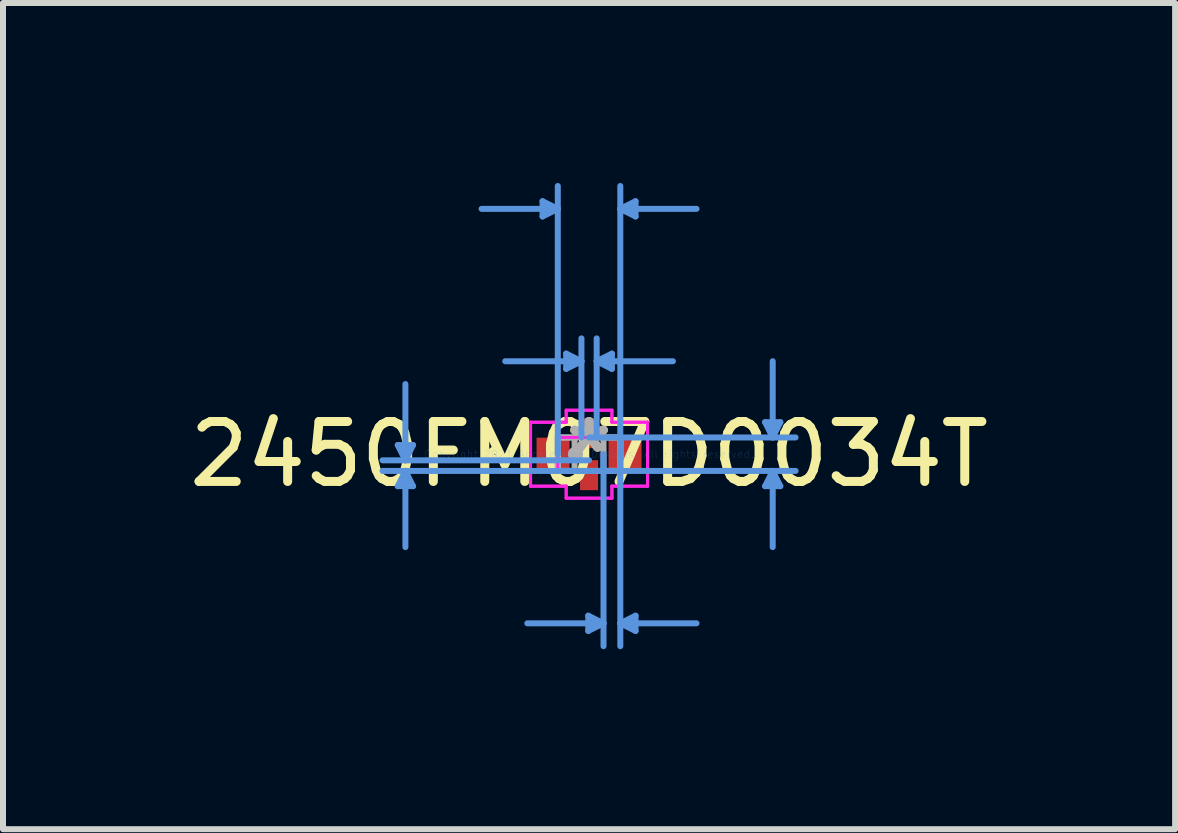
<source format=kicad_pcb>
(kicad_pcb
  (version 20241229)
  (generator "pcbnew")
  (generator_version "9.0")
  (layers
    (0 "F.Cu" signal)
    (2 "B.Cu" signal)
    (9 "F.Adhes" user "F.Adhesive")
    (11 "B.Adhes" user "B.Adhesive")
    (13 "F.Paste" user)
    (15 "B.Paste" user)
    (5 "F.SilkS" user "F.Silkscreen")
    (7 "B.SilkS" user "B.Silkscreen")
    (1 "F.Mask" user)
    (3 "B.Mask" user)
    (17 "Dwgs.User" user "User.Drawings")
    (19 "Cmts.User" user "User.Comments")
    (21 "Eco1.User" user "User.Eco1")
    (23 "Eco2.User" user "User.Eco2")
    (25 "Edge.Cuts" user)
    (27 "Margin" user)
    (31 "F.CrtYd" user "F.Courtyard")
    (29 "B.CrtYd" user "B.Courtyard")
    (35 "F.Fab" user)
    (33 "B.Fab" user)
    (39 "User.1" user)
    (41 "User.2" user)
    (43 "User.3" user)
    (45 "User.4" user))
  (footprint "2450FM07D0034T"
    (layer "F.Cu")
    (at 6.768 4.52)
    (property "Reference" "2450FM07D0034T" (at 0 0 0) (layer "F.SilkS") (effects (font (size 1 1) (thickness 0.15))))
    (attr through_hole)
    (fp_circle (center -1.559 0) (end -1.483 0) (stroke (width 0.12) (type solid)) (fill no) (layer "F.SilkS"))
    (fp_line (start -3.188 -0.152) (end -2.934 -0.152) (stroke (width 0.1) (type solid)) (layer "Cmts.User"))
    (fp_line (start -3.188 0.533) (end -2.934 0.533) (stroke (width 0.1) (type solid)) (layer "Cmts.User"))
    (fp_line (start -3.061 0.102) (end -3.188 -0.152) (stroke (width 0.1) (type solid)) (layer "Cmts.User"))
    (fp_line (start -3.061 0.102) (end -3.061 -1.168) (stroke (width 0.1) (type solid)) (layer "Cmts.User"))
    (fp_line (start -3.061 0.102) (end -2.934 -0.152) (stroke (width 0.1) (type solid)) (layer "Cmts.User"))
    (fp_line (start -3.061 0.279) (end -3.188 0.533) (stroke (width 0.1) (type solid)) (layer "Cmts.User"))
    (fp_line (start -3.061 0.279) (end -3.061 1.549) (stroke (width 0.1) (type solid)) (layer "Cmts.User"))
    (fp_line (start -3.061 0.279) (end -2.934 0.533) (stroke (width 0.1) (type solid)) (layer "Cmts.User"))
    (fp_line (start -0.775 -4.216) (end -0.775 -3.962) (stroke (width 0.1) (type solid)) (layer "Cmts.User"))
    (fp_line (start -0.521 -4.089) (end -1.791 -4.089) (stroke (width 0.1) (type solid)) (layer "Cmts.User"))
    (fp_line (start -0.521 -4.089) (end -0.775 -4.216) (stroke (width 0.1) (type solid)) (layer "Cmts.User"))
    (fp_line (start -0.521 -4.089) (end -0.775 -3.962) (stroke (width 0.1) (type solid)) (layer "Cmts.User"))
    (fp_line (start -0.521 0) (end -0.521 -4.47) (stroke (width 0.1) (type solid)) (layer "Cmts.User"))
    (fp_line (start -0.381 -1.676) (end -0.381 -1.422) (stroke (width 0.1) (type solid)) (layer "Cmts.User"))
    (fp_line (start -0.127 -1.549) (end -1.397 -1.549) (stroke (width 0.1) (type solid)) (layer "Cmts.User"))
    (fp_line (start -0.127 -1.549) (end -0.381 -1.676) (stroke (width 0.1) (type solid)) (layer "Cmts.User"))
    (fp_line (start -0.127 -1.549) (end -0.381 -1.422) (stroke (width 0.1) (type solid)) (layer "Cmts.User"))
    (fp_line (start -0.127 -0.279) (end -0.127 -1.93) (stroke (width 0.1) (type solid)) (layer "Cmts.User"))
    (fp_line (start -0.013 2.692) (end -0.013 2.946) (stroke (width 0.1) (type solid)) (layer "Cmts.User"))
    (fp_line (start 0 -0.279) (end 3.442 -0.279) (stroke (width 0.1) (type solid)) (layer "Cmts.User"))
    (fp_line (start 0 0.102) (end -3.442 0.102) (stroke (width 0.1) (type solid)) (layer "Cmts.User"))
    (fp_line (start 0 0.279) (end -3.442 0.279) (stroke (width 0.1) (type solid)) (layer "Cmts.User"))
    (fp_line (start 0 0.279) (end 3.442 0.279) (stroke (width 0.1) (type solid)) (layer "Cmts.User"))
    (fp_line (start 0.127 -1.549) (end 0.381 -1.676) (stroke (width 0.1) (type solid)) (layer "Cmts.User"))
    (fp_line (start 0.127 -1.549) (end 0.381 -1.422) (stroke (width 0.1) (type solid)) (layer "Cmts.User"))
    (fp_line (start 0.127 -1.549) (end 1.397 -1.549) (stroke (width 0.1) (type solid)) (layer "Cmts.User"))
    (fp_line (start 0.127 -0.279) (end 0.127 -1.93) (stroke (width 0.1) (type solid)) (layer "Cmts.User"))
    (fp_line (start 0.241 0) (end 0.241 3.2) (stroke (width 0.1) (type solid)) (layer "Cmts.User"))
    (fp_line (start 0.241 2.819) (end -1.029 2.819) (stroke (width 0.1) (type solid)) (layer "Cmts.User"))
    (fp_line (start 0.241 2.819) (end -0.013 2.692) (stroke (width 0.1) (type solid)) (layer "Cmts.User"))
    (fp_line (start 0.241 2.819) (end -0.013 2.946) (stroke (width 0.1) (type solid)) (layer "Cmts.User"))
    (fp_line (start 0.381 -1.676) (end 0.381 -1.422) (stroke (width 0.1) (type solid)) (layer "Cmts.User"))
    (fp_line (start 0.521 -4.089) (end 0.775 -4.216) (stroke (width 0.1) (type solid)) (layer "Cmts.User"))
    (fp_line (start 0.521 -4.089) (end 0.775 -3.962) (stroke (width 0.1) (type solid)) (layer "Cmts.User"))
    (fp_line (start 0.521 -4.089) (end 1.791 -4.089) (stroke (width 0.1) (type solid)) (layer "Cmts.User"))
    (fp_line (start 0.521 0) (end 0.521 -4.47) (stroke (width 0.1) (type solid)) (layer "Cmts.User"))
    (fp_line (start 0.521 0) (end 0.521 3.2) (stroke (width 0.1) (type solid)) (layer "Cmts.User"))
    (fp_line (start 0.521 2.819) (end 0.775 2.692) (stroke (width 0.1) (type solid)) (layer "Cmts.User"))
    (fp_line (start 0.521 2.819) (end 0.775 2.946) (stroke (width 0.1) (type solid)) (layer "Cmts.User"))
    (fp_line (start 0.521 2.819) (end 1.791 2.819) (stroke (width 0.1) (type solid)) (layer "Cmts.User"))
    (fp_line (start 0.775 -4.216) (end 0.775 -3.962) (stroke (width 0.1) (type solid)) (layer "Cmts.User"))
    (fp_line (start 0.775 2.692) (end 0.775 2.946) (stroke (width 0.1) (type solid)) (layer "Cmts.User"))
    (fp_line (start 2.934 -0.533) (end 3.188 -0.533) (stroke (width 0.1) (type solid)) (layer "Cmts.User"))
    (fp_line (start 2.934 0.533) (end 3.188 0.533) (stroke (width 0.1) (type solid)) (layer "Cmts.User"))
    (fp_line (start 3.061 -0.279) (end 2.934 -0.533) (stroke (width 0.1) (type solid)) (layer "Cmts.User"))
    (fp_line (start 3.061 -0.279) (end 3.061 -1.549) (stroke (width 0.1) (type solid)) (layer "Cmts.User"))
    (fp_line (start 3.061 -0.279) (end 3.188 -0.533) (stroke (width 0.1) (type solid)) (layer "Cmts.User"))
    (fp_line (start 3.061 0.279) (end 2.934 0.533) (stroke (width 0.1) (type solid)) (layer "Cmts.User"))
    (fp_line (start 3.061 0.279) (end 3.061 1.549) (stroke (width 0.1) (type solid)) (layer "Cmts.User"))
    (fp_line (start 3.061 0.279) (end 3.188 0.533) (stroke (width 0.1) (type solid)) (layer "Cmts.User"))
    (fp_line (start -0.975 -0.533) (end -0.381 -0.533) (stroke (width 0.05) (type solid)) (layer "F.CrtYd"))
    (fp_line (start -0.975 -0.533) (end -0.381 -0.533) (stroke (width 0.05) (type solid)) (layer "F.CrtYd"))
    (fp_line (start -0.975 0.533) (end -0.975 -0.533) (stroke (width 0.05) (type solid)) (layer "F.CrtYd"))
    (fp_line (start -0.975 0.533) (end -0.975 -0.533) (stroke (width 0.05) (type solid)) (layer "F.CrtYd"))
    (fp_line (start -0.975 0.533) (end -0.381 0.533) (stroke (width 0.05) (type solid)) (layer "F.CrtYd"))
    (fp_line (start -0.521 -0.279) (end 0.521 -0.279) (stroke (width 0.05) (type solid)) (layer "F.CrtYd"))
    (fp_line (start -0.521 0.279) (end -0.521 -0.279) (stroke (width 0.05) (type solid)) (layer "F.CrtYd"))
    (fp_line (start -0.381 -0.733) (end 0.381 -0.733) (stroke (width 0.05) (type solid)) (layer "F.CrtYd"))
    (fp_line (start -0.381 -0.733) (end 0.381 -0.733) (stroke (width 0.05) (type solid)) (layer "F.CrtYd"))
    (fp_line (start -0.381 -0.533) (end -0.381 -0.733) (stroke (width 0.05) (type solid)) (layer "F.CrtYd"))
    (fp_line (start -0.381 -0.533) (end -0.381 -0.733) (stroke (width 0.05) (type solid)) (layer "F.CrtYd"))
    (fp_line (start -0.381 0.533) (end -0.975 0.533) (stroke (width 0.05) (type solid)) (layer "F.CrtYd"))
    (fp_line (start -0.381 0.533) (end -0.381 0.733) (stroke (width 0.05) (type solid)) (layer "F.CrtYd"))
    (fp_line (start -0.381 0.733) (end -0.381 0.533) (stroke (width 0.05) (type solid)) (layer "F.CrtYd"))
    (fp_line (start -0.381 0.733) (end 0.381 0.733) (stroke (width 0.05) (type solid)) (layer "F.CrtYd"))
    (fp_line (start 0.381 -0.733) (end 0.381 -0.533) (stroke (width 0.05) (type solid)) (layer "F.CrtYd"))
    (fp_line (start 0.381 -0.533) (end 0.381 -0.733) (stroke (width 0.05) (type solid)) (layer "F.CrtYd"))
    (fp_line (start 0.381 -0.533) (end 0.975 -0.533) (stroke (width 0.05) (type solid)) (layer "F.CrtYd"))
    (fp_line (start 0.381 0.533) (end 0.381 0.733) (stroke (width 0.05) (type solid)) (layer "F.CrtYd"))
    (fp_line (start 0.381 0.533) (end 0.381 0.733) (stroke (width 0.05) (type solid)) (layer "F.CrtYd"))
    (fp_line (start 0.381 0.733) (end -0.381 0.733) (stroke (width 0.05) (type solid)) (layer "F.CrtYd"))
    (fp_line (start 0.521 -0.279) (end 0.521 0.279) (stroke (width 0.05) (type solid)) (layer "F.CrtYd"))
    (fp_line (start 0.521 0.279) (end -0.521 0.279) (stroke (width 0.05) (type solid)) (layer "F.CrtYd"))
    (fp_line (start 0.975 -0.533) (end 0.381 -0.533) (stroke (width 0.05) (type solid)) (layer "F.CrtYd"))
    (fp_line (start 0.975 -0.533) (end 0.975 0.533) (stroke (width 0.05) (type solid)) (layer "F.CrtYd"))
    (fp_line (start 0.975 0.533) (end 0.381 0.533) (stroke (width 0.05) (type solid)) (layer "F.CrtYd"))
    (fp_line (start 0.975 0.533) (end 0.381 0.533) (stroke (width 0.05) (type solid)) (layer "F.CrtYd"))
    (fp_line (start 0.975 0.533) (end 0.975 -0.533) (stroke (width 0.05) (type solid)) (layer "F.CrtYd"))
    (fp_line (start -0.521 -0.279) (end -0.521 0.279) (stroke (width 0.1) (type solid)) (layer "F.Fab"))
    (fp_line (start -0.521 -0.279) (end -0.521 0.279) (stroke (width 0.1) (type solid)) (layer "F.Fab"))
    (fp_line (start -0.521 0.279) (end -0.241 0.279) (stroke (width 0.1) (type solid)) (layer "F.Fab"))
    (fp_line (start -0.521 0.279) (end 0.521 0.279) (stroke (width 0.1) (type solid)) (layer "F.Fab"))
    (fp_line (start -0.241 -0.279) (end -0.521 -0.279) (stroke (width 0.1) (type solid)) (layer "F.Fab"))
    (fp_line (start -0.241 0.279) (end -0.241 -0.279) (stroke (width 0.1) (type solid)) (layer "F.Fab"))
    (fp_line (start 0.241 -0.279) (end 0.241 0.279) (stroke (width 0.1) (type solid)) (layer "F.Fab"))
    (fp_line (start 0.241 0.279) (end 0.521 0.279) (stroke (width 0.1) (type solid)) (layer "F.Fab"))
    (fp_line (start 0.521 -0.279) (end -0.521 -0.279) (stroke (width 0.1) (type solid)) (layer "F.Fab"))
    (fp_line (start 0.521 -0.279) (end 0.241 -0.279) (stroke (width 0.1) (type solid)) (layer "F.Fab"))
    (fp_line (start 0.521 0.279) (end 0.521 -0.279) (stroke (width 0.1) (type solid)) (layer "F.Fab"))
    (fp_line (start 0.521 0.279) (end 0.521 -0.279) (stroke (width 0.1) (type solid)) (layer "F.Fab"))
    (fp_circle (center -0.227 0) (end -0.151 0) (stroke (width 0.1) (type solid)) (fill no) (layer "F.Fab"))
    (fp_text user "*" (at 0 0 0) (layer "F.SilkS") (effects (font (size 1 1) (thickness 0.15))))
    (fp_text user "Copyright 2021 Accelerated Designs. All rights reserved." (at 0 0 0) (layer "Cmts.User") (effects (font (size 0.127 0.127) (thickness 0.002))))
    (fp_text user "*" (at 0 0 0) (layer "F.Fab") (effects (font (size 1 1) (thickness 0.15))))
    (pad "1" smd rect (at -0.6 0) (size 0.55 0.55) (layers "F.Cu" "F.Mask" "F.Paste"))
    (pad "2" smd rect (at 0 0.35) (size 0.3 0.5) (layers "F.Cu" "F.Mask" "F.Paste"))
    (pad "3" smd rect (at 0.6 0) (size 0.55 0.55) (layers "F.Cu" "F.Mask" "F.Paste"))
    (pad "4" smd rect (at 0 -0.35) (size 0.3 0.5) (layers "F.Cu" "F.Mask" "F.Paste")))
  (gr_rect
    (start -3 -3)
    (end 16.536 10.771)
    (stroke (width 0.1) (type default))
    (fill no)
    (layer "Edge.Cuts")))
</source>
